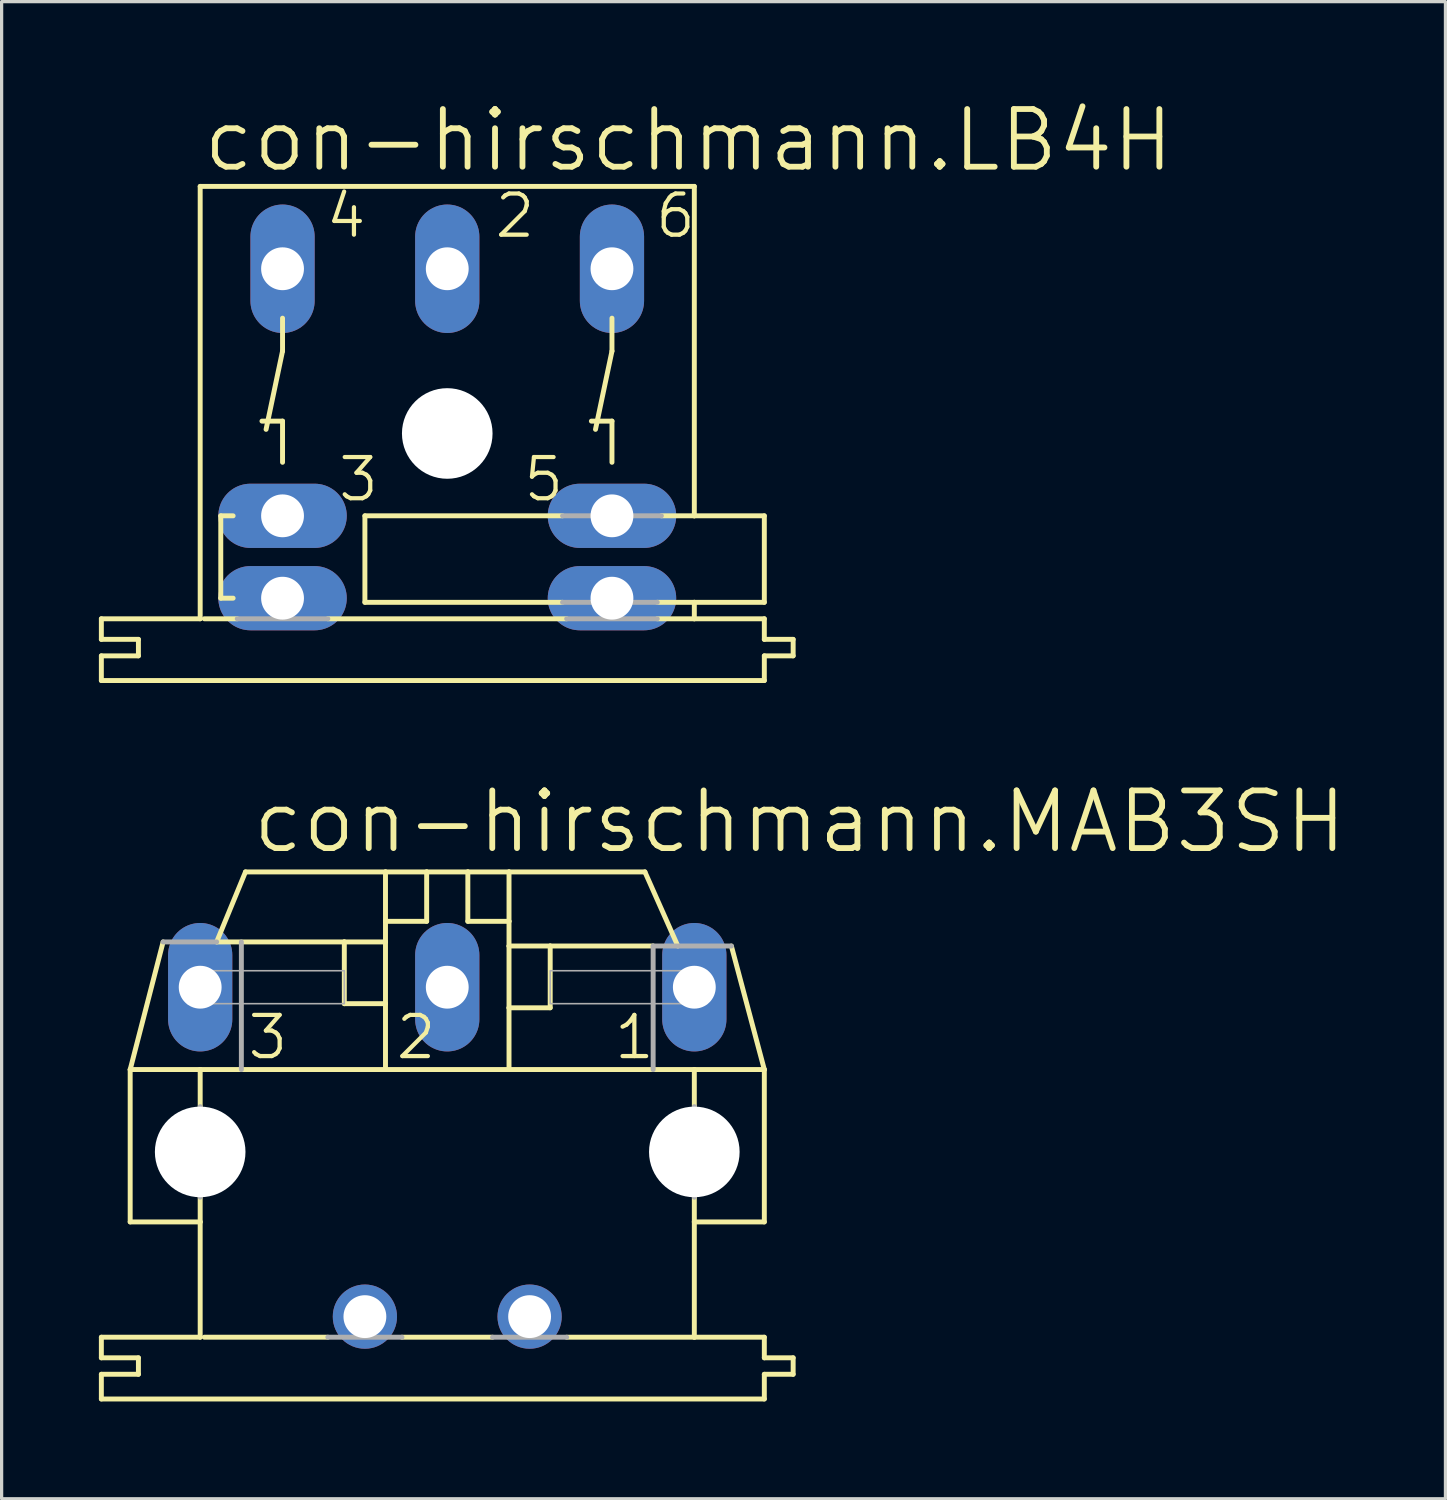
<source format=kicad_pcb>
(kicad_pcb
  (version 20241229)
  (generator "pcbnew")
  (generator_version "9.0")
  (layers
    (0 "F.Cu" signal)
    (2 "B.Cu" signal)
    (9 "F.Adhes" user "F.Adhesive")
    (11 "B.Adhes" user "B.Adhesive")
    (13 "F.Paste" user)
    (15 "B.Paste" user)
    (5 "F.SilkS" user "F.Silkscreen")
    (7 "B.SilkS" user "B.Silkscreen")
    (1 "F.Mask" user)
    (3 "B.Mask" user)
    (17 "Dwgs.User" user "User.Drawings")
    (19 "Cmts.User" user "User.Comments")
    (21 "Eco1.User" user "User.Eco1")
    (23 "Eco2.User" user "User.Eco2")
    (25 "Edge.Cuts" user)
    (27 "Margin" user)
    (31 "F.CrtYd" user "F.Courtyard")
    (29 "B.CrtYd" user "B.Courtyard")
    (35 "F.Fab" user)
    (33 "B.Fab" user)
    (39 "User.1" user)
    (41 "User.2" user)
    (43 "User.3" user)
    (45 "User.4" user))
  (footprint "con-hirschmann.LB4H"
    (layer "F.Cu")
    (at 10.744 10.319)
    (property "Reference" "con-hirschmann.LB4H" (at -7.62 -8.001 0) (layer "F.SilkS") (effects (font (size 1.778 1.778) (thickness 0.18)) (justify left bottom)))
    (attr through_hole)
    (fp_line (start -10.668 6.35) (end -10.668 5.715) (stroke (width 0.152) (type default)) (layer "F.SilkS"))
    (fp_line (start -10.668 6.35) (end -9.525 6.35) (stroke (width 0.152) (type default)) (layer "F.SilkS"))
    (fp_line (start -10.668 7.62) (end -10.668 6.858) (stroke (width 0.152) (type default)) (layer "F.SilkS"))
    (fp_line (start -10.668 7.62) (end 9.779 7.62) (stroke (width 0.152) (type default)) (layer "F.SilkS"))
    (fp_line (start -9.525 6.858) (end -10.668 6.858) (stroke (width 0.152) (type default)) (layer "F.SilkS"))
    (fp_line (start -9.525 6.858) (end -9.525 6.35) (stroke (width 0.152) (type default)) (layer "F.SilkS"))
    (fp_line (start -7.62 -7.62) (end -7.62 5.715) (stroke (width 0.152) (type default)) (layer "F.SilkS"))
    (fp_line (start -7.62 5.715) (end -10.668 5.715) (stroke (width 0.152) (type default)) (layer "F.SilkS"))
    (fp_line (start -7.493 5.715) (end -6.477 5.715) (stroke (width 0.152) (type default)) (layer "F.SilkS"))
    (fp_line (start -6.985 2.54) (end -6.985 5.08) (stroke (width 0.152) (type default)) (layer "F.SilkS"))
    (fp_line (start -6.985 5.08) (end -6.604 5.08) (stroke (width 0.152) (type default)) (layer "F.SilkS"))
    (fp_line (start -6.604 2.54) (end -6.985 2.54) (stroke (width 0.152) (type default)) (layer "F.SilkS"))
    (fp_line (start -5.715 -0.381) (end -5.08 -0.381) (stroke (width 0.152) (type default)) (layer "F.SilkS"))
    (fp_line (start -5.08 -3.556) (end -5.08 -2.54) (stroke (width 0.152) (type default)) (layer "F.SilkS"))
    (fp_line (start -5.08 -2.54) (end -5.588 -0.127) (stroke (width 0.152) (type default)) (layer "F.SilkS"))
    (fp_line (start -5.08 -0.381) (end -5.08 0.889) (stroke (width 0.152) (type default)) (layer "F.SilkS"))
    (fp_line (start -3.683 5.715) (end 3.683 5.715) (stroke (width 0.152) (type default)) (layer "F.SilkS"))
    (fp_line (start -2.54 2.54) (end -2.54 5.207) (stroke (width 0.152) (type default)) (layer "F.SilkS"))
    (fp_line (start -2.54 5.207) (end 3.556 5.207) (stroke (width 0.152) (type default)) (layer "F.SilkS"))
    (fp_line (start 3.556 2.54) (end -2.54 2.54) (stroke (width 0.152) (type default)) (layer "F.SilkS"))
    (fp_line (start 4.445 -0.381) (end 5.08 -0.381) (stroke (width 0.152) (type default)) (layer "F.SilkS"))
    (fp_line (start 5.08 -3.556) (end 5.08 -2.54) (stroke (width 0.152) (type default)) (layer "F.SilkS"))
    (fp_line (start 5.08 -2.54) (end 4.572 -0.127) (stroke (width 0.152) (type default)) (layer "F.SilkS"))
    (fp_line (start 5.08 -0.381) (end 5.08 0.889) (stroke (width 0.152) (type default)) (layer "F.SilkS"))
    (fp_line (start 6.477 5.207) (end 7.62 5.207) (stroke (width 0.152) (type default)) (layer "F.SilkS"))
    (fp_line (start 6.477 5.715) (end 7.62 5.715) (stroke (width 0.152) (type default)) (layer "F.SilkS"))
    (fp_line (start 7.62 -7.62) (end -7.62 -7.62) (stroke (width 0.152) (type default)) (layer "F.SilkS"))
    (fp_line (start 7.62 -7.62) (end 7.62 2.54) (stroke (width 0.152) (type default)) (layer "F.SilkS"))
    (fp_line (start 7.62 2.54) (end 6.604 2.54) (stroke (width 0.152) (type default)) (layer "F.SilkS"))
    (fp_line (start 7.62 5.715) (end 7.62 5.207) (stroke (width 0.152) (type default)) (layer "F.SilkS"))
    (fp_line (start 9.779 2.54) (end 7.62 2.54) (stroke (width 0.152) (type default)) (layer "F.SilkS"))
    (fp_line (start 9.779 5.207) (end 7.62 5.207) (stroke (width 0.152) (type default)) (layer "F.SilkS"))
    (fp_line (start 9.779 5.207) (end 9.779 2.54) (stroke (width 0.152) (type default)) (layer "F.SilkS"))
    (fp_line (start 9.779 5.715) (end 7.62 5.715) (stroke (width 0.152) (type default)) (layer "F.SilkS"))
    (fp_line (start 9.779 5.715) (end 9.779 6.35) (stroke (width 0.152) (type default)) (layer "F.SilkS"))
    (fp_line (start 9.779 7.62) (end 9.779 6.858) (stroke (width 0.152) (type default)) (layer "F.SilkS"))
    (fp_line (start 10.668 6.35) (end 9.779 6.35) (stroke (width 0.152) (type default)) (layer "F.SilkS"))
    (fp_line (start 10.668 6.858) (end 9.779 6.858) (stroke (width 0.152) (type default)) (layer "F.SilkS"))
    (fp_line (start 10.668 6.858) (end 10.668 6.35) (stroke (width 0.152) (type default)) (layer "F.SilkS"))
    (fp_line (start -3.683 5.715) (end -6.477 5.715) (stroke (width 0.152) (type default)) (layer "F.Fab"))
    (fp_line (start 3.556 5.207) (end 6.477 5.207) (stroke (width 0.152) (type default)) (layer "F.Fab"))
    (fp_line (start 6.477 5.715) (end 3.683 5.715) (stroke (width 0.152) (type default)) (layer "F.Fab"))
    (fp_line (start 6.604 2.54) (end 3.556 2.54) (stroke (width 0.152) (type default)) (layer "F.Fab"))
    (fp_text user "3" (at -3.429 2.159 0) (layer "F.SilkS") (effects (font (size 1.27 1.27) (thickness 0.13)) (justify left bottom)))
    (fp_text user "4" (at -3.81 -5.969 0) (layer "F.SilkS") (effects (font (size 1.27 1.27) (thickness 0.13)) (justify left bottom)))
    (fp_text user "6" (at 6.35 -5.969 0) (layer "F.SilkS") (effects (font (size 1.27 1.27) (thickness 0.13)) (justify left bottom)))
    (fp_text user "2" (at 1.397 -5.969 0) (layer "F.SilkS") (effects (font (size 1.27 1.27) (thickness 0.13)) (justify left bottom)))
    (fp_text user "5" (at 2.286 2.159 0) (layer "F.SilkS") (effects (font (size 1.27 1.27) (thickness 0.13)) (justify left bottom)))
    (pad "" np_thru_hole circle (at 0 0) (size 2.794 2.794) (drill 2.794) (layers "*.Cu" "*.Mask"))
    (pad "2" thru_hole oval (at 0 -5.08 90) (size 3.962 1.981) (drill 1.321) (layers "*.Cu" "*.Mask"))
    (pad "3" thru_hole oval (at -5.08 2.54) (size 3.962 1.981) (drill 1.321) (layers "*.Cu" "*.Mask"))
    (pad "3@1" thru_hole oval (at -5.08 5.08) (size 3.962 1.981) (drill 1.321) (layers "*.Cu" "*.Mask"))
    (pad "4" thru_hole oval (at -5.08 -5.08 90) (size 3.962 1.981) (drill 1.321) (layers "*.Cu" "*.Mask"))
    (pad "5" thru_hole oval (at 5.08 2.54) (size 3.962 1.981) (drill 1.321) (layers "*.Cu" "*.Mask"))
    (pad "5@1" thru_hole oval (at 5.08 5.08) (size 3.962 1.981) (drill 1.321) (layers "*.Cu" "*.Mask"))
    (pad "6" thru_hole oval (at 5.08 -5.08 90) (size 3.962 1.981) (drill 1.321) (layers "*.Cu" "*.Mask")))
  (footprint "con-hirschmann.MAB3SH"
    (layer "F.Cu")
    (at 10.744 32.477)
    (property "Reference" "con-hirschmann.MAB3SH" (at -6.096 -9.144 0) (layer "F.SilkS") (effects (font (size 1.778 1.778) (thickness 0.18)) (justify left bottom)))
    (attr through_hole)
    (fp_line (start -10.668 6.35) (end -10.668 5.715) (stroke (width 0.152) (type default)) (layer "F.SilkS"))
    (fp_line (start -10.668 6.35) (end -9.525 6.35) (stroke (width 0.152) (type default)) (layer "F.SilkS"))
    (fp_line (start -10.668 7.62) (end -10.668 6.858) (stroke (width 0.152) (type default)) (layer "F.SilkS"))
    (fp_line (start -10.668 7.62) (end 9.779 7.62) (stroke (width 0.152) (type default)) (layer "F.SilkS"))
    (fp_line (start -9.779 2.159) (end -9.779 -2.54) (stroke (width 0.152) (type default)) (layer "F.SilkS"))
    (fp_line (start -9.779 2.159) (end -7.62 2.159) (stroke (width 0.152) (type default)) (layer "F.SilkS"))
    (fp_line (start -9.525 6.858) (end -10.668 6.858) (stroke (width 0.152) (type default)) (layer "F.SilkS"))
    (fp_line (start -9.525 6.858) (end -9.525 6.35) (stroke (width 0.152) (type default)) (layer "F.SilkS"))
    (fp_line (start -8.763 -6.477) (end -9.779 -2.54) (stroke (width 0.152) (type default)) (layer "F.SilkS"))
    (fp_line (start -7.62 -2.54) (end -9.779 -2.54) (stroke (width 0.152) (type default)) (layer "F.SilkS"))
    (fp_line (start -7.62 -2.54) (end -7.62 -1.397) (stroke (width 0.152) (type default)) (layer "F.SilkS"))
    (fp_line (start -7.62 2.159) (end -7.62 1.397) (stroke (width 0.152) (type default)) (layer "F.SilkS"))
    (fp_line (start -7.62 5.715) (end -10.668 5.715) (stroke (width 0.152) (type default)) (layer "F.SilkS"))
    (fp_line (start -7.62 5.715) (end -7.62 2.159) (stroke (width 0.152) (type default)) (layer "F.SilkS"))
    (fp_line (start -7.493 5.715) (end -3.683 5.715) (stroke (width 0.152) (type default)) (layer "F.SilkS"))
    (fp_line (start -7.112 -6.477) (end -6.223 -8.636) (stroke (width 0.152) (type default)) (layer "F.SilkS"))
    (fp_line (start -3.175 -6.477) (end -7.112 -6.477) (stroke (width 0.152) (type default)) (layer "F.SilkS"))
    (fp_line (start -3.175 -6.477) (end -3.175 -4.572) (stroke (width 0.152) (type default)) (layer "F.SilkS"))
    (fp_line (start -1.905 -8.636) (end -6.223 -8.636) (stroke (width 0.152) (type default)) (layer "F.SilkS"))
    (fp_line (start -1.905 -8.636) (end -1.905 -7.112) (stroke (width 0.152) (type default)) (layer "F.SilkS"))
    (fp_line (start -1.905 -7.112) (end -1.905 -6.477) (stroke (width 0.152) (type default)) (layer "F.SilkS"))
    (fp_line (start -1.905 -7.112) (end -0.635 -7.112) (stroke (width 0.152) (type default)) (layer "F.SilkS"))
    (fp_line (start -1.905 -6.477) (end -3.175 -6.477) (stroke (width 0.152) (type default)) (layer "F.SilkS"))
    (fp_line (start -1.905 -6.477) (end -1.905 -4.572) (stroke (width 0.152) (type default)) (layer "F.SilkS"))
    (fp_line (start -1.905 -4.572) (end -3.175 -4.572) (stroke (width 0.152) (type default)) (layer "F.SilkS"))
    (fp_line (start -1.905 -4.572) (end -1.905 -2.54) (stroke (width 0.152) (type default)) (layer "F.SilkS"))
    (fp_line (start -1.905 -2.54) (end -7.62 -2.54) (stroke (width 0.152) (type default)) (layer "F.SilkS"))
    (fp_line (start -1.397 5.715) (end 1.397 5.715) (stroke (width 0.152) (type default)) (layer "F.SilkS"))
    (fp_line (start -0.635 -8.636) (end -1.905 -8.636) (stroke (width 0.152) (type default)) (layer "F.SilkS"))
    (fp_line (start -0.635 -8.636) (end -0.635 -7.112) (stroke (width 0.152) (type default)) (layer "F.SilkS"))
    (fp_line (start 0.635 -8.636) (end -0.635 -8.636) (stroke (width 0.152) (type default)) (layer "F.SilkS"))
    (fp_line (start 0.635 -8.636) (end 0.635 -7.112) (stroke (width 0.152) (type default)) (layer "F.SilkS"))
    (fp_line (start 1.905 -8.636) (end 0.635 -8.636) (stroke (width 0.152) (type default)) (layer "F.SilkS"))
    (fp_line (start 1.905 -8.636) (end 1.905 -7.112) (stroke (width 0.152) (type default)) (layer "F.SilkS"))
    (fp_line (start 1.905 -7.112) (end 0.635 -7.112) (stroke (width 0.152) (type default)) (layer "F.SilkS"))
    (fp_line (start 1.905 -7.112) (end 1.905 -6.35) (stroke (width 0.152) (type default)) (layer "F.SilkS"))
    (fp_line (start 1.905 -6.35) (end 1.905 -4.445) (stroke (width 0.152) (type default)) (layer "F.SilkS"))
    (fp_line (start 1.905 -4.445) (end 1.905 -2.54) (stroke (width 0.152) (type default)) (layer "F.SilkS"))
    (fp_line (start 1.905 -4.445) (end 3.175 -4.445) (stroke (width 0.152) (type default)) (layer "F.SilkS"))
    (fp_line (start 1.905 -2.54) (end -1.905 -2.54) (stroke (width 0.152) (type default)) (layer "F.SilkS"))
    (fp_line (start 3.175 -6.35) (end 1.905 -6.35) (stroke (width 0.152) (type default)) (layer "F.SilkS"))
    (fp_line (start 3.175 -6.35) (end 3.175 -4.445) (stroke (width 0.152) (type default)) (layer "F.SilkS"))
    (fp_line (start 3.683 5.715) (end 7.62 5.715) (stroke (width 0.152) (type default)) (layer "F.SilkS"))
    (fp_line (start 6.096 -8.636) (end 1.905 -8.636) (stroke (width 0.152) (type default)) (layer "F.SilkS"))
    (fp_line (start 6.096 -8.636) (end 7.112 -6.35) (stroke (width 0.152) (type default)) (layer "F.SilkS"))
    (fp_line (start 6.35 -6.35) (end 3.175 -6.35) (stroke (width 0.152) (type default)) (layer "F.SilkS"))
    (fp_line (start 7.62 -2.54) (end 1.905 -2.54) (stroke (width 0.152) (type default)) (layer "F.SilkS"))
    (fp_line (start 7.62 -2.54) (end 7.62 -1.397) (stroke (width 0.152) (type default)) (layer "F.SilkS"))
    (fp_line (start 7.62 2.159) (end 7.62 1.397) (stroke (width 0.152) (type default)) (layer "F.SilkS"))
    (fp_line (start 7.62 5.715) (end 7.62 2.159) (stroke (width 0.152) (type default)) (layer "F.SilkS"))
    (fp_line (start 8.763 -6.35) (end 9.779 -2.54) (stroke (width 0.152) (type default)) (layer "F.SilkS"))
    (fp_line (start 9.779 -2.54) (end 7.62 -2.54) (stroke (width 0.152) (type default)) (layer "F.SilkS"))
    (fp_line (start 9.779 2.159) (end 7.62 2.159) (stroke (width 0.152) (type default)) (layer "F.SilkS"))
    (fp_line (start 9.779 2.159) (end 9.779 -2.54) (stroke (width 0.152) (type default)) (layer "F.SilkS"))
    (fp_line (start 9.779 5.715) (end 7.62 5.715) (stroke (width 0.152) (type default)) (layer "F.SilkS"))
    (fp_line (start 9.779 5.715) (end 9.779 6.35) (stroke (width 0.152) (type default)) (layer "F.SilkS"))
    (fp_line (start 9.779 7.62) (end 9.779 6.858) (stroke (width 0.152) (type default)) (layer "F.SilkS"))
    (fp_line (start 10.668 6.35) (end 9.779 6.35) (stroke (width 0.152) (type default)) (layer "F.SilkS"))
    (fp_line (start 10.668 6.858) (end 9.779 6.858) (stroke (width 0.152) (type default)) (layer "F.SilkS"))
    (fp_line (start 10.668 6.858) (end 10.668 6.35) (stroke (width 0.152) (type default)) (layer "F.SilkS"))
    (fp_line (start -8.763 -6.477) (end -7.112 -6.477) (stroke (width 0.152) (type default)) (layer "F.Fab"))
    (fp_line (start -7.62 -1.397) (end -7.62 1.397) (stroke (width 0.152) (type default)) (layer "F.Fab"))
    (fp_line (start -6.35 -6.477) (end -6.35 -2.54) (stroke (width 0.152) (type default)) (layer "F.Fab"))
    (fp_line (start -1.397 5.715) (end -3.683 5.715) (stroke (width 0.152) (type default)) (layer "F.Fab"))
    (fp_line (start 3.683 5.715) (end 1.397 5.715) (stroke (width 0.152) (type default)) (layer "F.Fab"))
    (fp_line (start 6.35 -6.35) (end 6.35 -2.54) (stroke (width 0.152) (type default)) (layer "F.Fab"))
    (fp_line (start 7.62 -1.397) (end 7.62 1.397) (stroke (width 0.152) (type default)) (layer "F.Fab"))
    (fp_line (start 8.763 -6.35) (end 6.35 -6.35) (stroke (width 0.152) (type default)) (layer "F.Fab"))
    (fp_rect (start -8.001 -4.572) (end -3.175 -5.588) (stroke (width 0.05) (type default)) (fill no) (layer "F.Fab"))
    (fp_rect (start 3.175 -4.572) (end 8.001 -5.588) (stroke (width 0.05) (type default)) (fill no) (layer "F.Fab"))
    (fp_text user "3" (at -6.223 -2.794 0) (layer "F.SilkS") (effects (font (size 1.27 1.27) (thickness 0.13)) (justify left bottom)))
    (fp_text user "1" (at 5.08 -2.794 0) (layer "F.SilkS") (effects (font (size 1.27 1.27) (thickness 0.13)) (justify left bottom)))
    (fp_text user "2" (at -1.651 -2.794 0) (layer "F.SilkS") (effects (font (size 1.27 1.27) (thickness 0.13)) (justify left bottom)))
    (pad "" np_thru_hole circle (at -7.62 0) (size 2.794 2.794) (drill 2.794) (layers "*.Cu" "*.Mask"))
    (pad "" np_thru_hole circle (at 7.62 0) (size 2.794 2.794) (drill 2.794) (layers "*.Cu" "*.Mask"))
    (pad "1" thru_hole oval (at 7.62 -5.08 90) (size 3.962 1.981) (drill 1.321) (layers "*.Cu" "*.Mask"))
    (pad "2" thru_hole oval (at 0 -5.08 90) (size 3.962 1.981) (drill 1.321) (layers "*.Cu" "*.Mask"))
    (pad "3" thru_hole oval (at -7.62 -5.08 90) (size 3.962 1.981) (drill 1.321) (layers "*.Cu" "*.Mask"))
    (pad "PE" thru_hole circle (at -2.54 5.08) (size 1.981 1.981) (drill 1.321) (layers "*.Cu" "*.Mask"))
    (pad "PE@" thru_hole circle (at 2.54 5.08) (size 1.981 1.981) (drill 1.321) (layers "*.Cu" "*.Mask")))
  (gr_rect
    (start -3 -3)
    (end 41.53 43.173)
    (stroke (width 0.1) (type default))
    (fill no)
    (layer "Edge.Cuts")))
</source>
